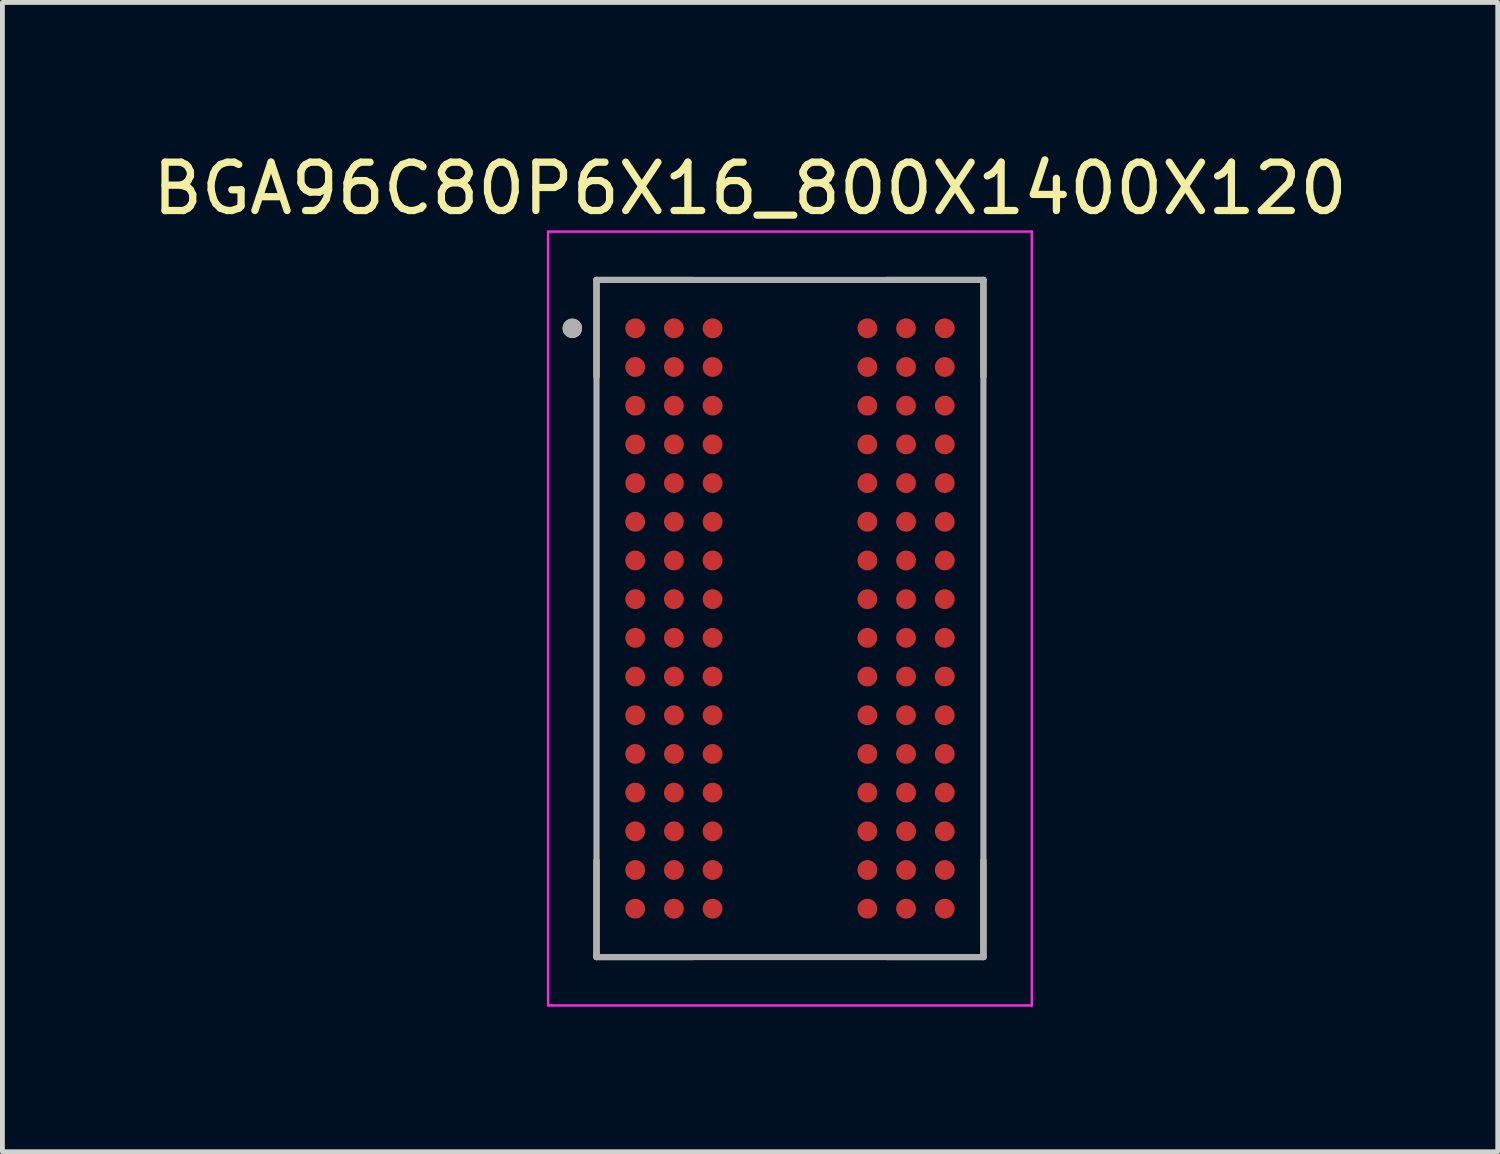
<source format=kicad_pcb>
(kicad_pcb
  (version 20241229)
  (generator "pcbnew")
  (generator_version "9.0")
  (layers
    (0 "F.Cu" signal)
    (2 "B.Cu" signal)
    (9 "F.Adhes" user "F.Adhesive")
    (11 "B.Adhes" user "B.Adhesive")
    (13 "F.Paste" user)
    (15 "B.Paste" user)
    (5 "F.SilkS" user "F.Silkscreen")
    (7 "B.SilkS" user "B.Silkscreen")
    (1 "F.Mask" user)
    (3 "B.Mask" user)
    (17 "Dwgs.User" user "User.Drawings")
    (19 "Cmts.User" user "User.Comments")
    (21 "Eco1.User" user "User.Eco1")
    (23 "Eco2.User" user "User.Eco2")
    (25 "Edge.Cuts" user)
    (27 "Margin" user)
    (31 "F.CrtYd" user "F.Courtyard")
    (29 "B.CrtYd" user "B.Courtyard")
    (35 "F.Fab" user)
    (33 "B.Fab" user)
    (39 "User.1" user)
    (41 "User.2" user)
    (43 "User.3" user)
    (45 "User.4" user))
  (footprint "BGA96C80P6X16_800X1400X120"
    (layer "F.Cu")
    (at 13.283 9.738)
    (property "Reference" "BGA96C80P6X16_800X1400X120" (at -0.825 -8.89 0) (layer "F.SilkS") (effects (font (size 1 1) (thickness 0.15))))
    (attr smd)
    (fp_line (start -4 -7) (end -2 -7) (stroke (width 0.127) (type solid)) (layer "F.SilkS"))
    (fp_line (start -4 -5) (end -4 -7) (stroke (width 0.127) (type solid)) (layer "F.SilkS"))
    (fp_line (start -4 5) (end -4 7) (stroke (width 0.127) (type solid)) (layer "F.SilkS"))
    (fp_line (start -4 7) (end -2 7) (stroke (width 0.127) (type solid)) (layer "F.SilkS"))
    (fp_line (start 2 -7) (end 4 -7) (stroke (width 0.127) (type solid)) (layer "F.SilkS"))
    (fp_line (start 2 7) (end 4 7) (stroke (width 0.127) (type solid)) (layer "F.SilkS"))
    (fp_line (start 4 -7) (end 4 -5) (stroke (width 0.127) (type solid)) (layer "F.SilkS"))
    (fp_line (start 4 7) (end 4 5) (stroke (width 0.127) (type solid)) (layer "F.SilkS"))
    (fp_circle (center -4.5 -6) (end -4.4 -6) (stroke (width 0.2) (type solid)) (fill no) (layer "F.SilkS"))
    (fp_line (start -5 -8) (end 5 -8) (stroke (width 0.05) (type solid)) (layer "F.CrtYd"))
    (fp_line (start -5 8) (end -5 -8) (stroke (width 0.05) (type solid)) (layer "F.CrtYd"))
    (fp_line (start 5 -8) (end 5 8) (stroke (width 0.05) (type solid)) (layer "F.CrtYd"))
    (fp_line (start 5 8) (end -5 8) (stroke (width 0.05) (type solid)) (layer "F.CrtYd"))
    (fp_line (start -4 -7) (end -4 7) (stroke (width 0.127) (type solid)) (layer "F.Fab"))
    (fp_line (start -4 -7) (end 4 -7) (stroke (width 0.127) (type solid)) (layer "F.Fab"))
    (fp_line (start -4 7) (end 4 7) (stroke (width 0.127) (type solid)) (layer "F.Fab"))
    (fp_line (start 4 -7) (end 4 7) (stroke (width 0.127) (type solid)) (layer "F.Fab"))
    (fp_circle (center -4.5 -6) (end -4.4 -6) (stroke (width 0.2) (type solid)) (fill no) (layer "F.Fab"))
    (pad "A1" smd circle (at -3.2 -6) (size 0.41 0.41) (layers "F.Cu" "F.Mask" "F.Paste"))
    (pad "A2" smd circle (at -2.4 -6) (size 0.41 0.41) (layers "F.Cu" "F.Mask" "F.Paste"))
    (pad "A3" smd circle (at -1.6 -6) (size 0.41 0.41) (layers "F.Cu" "F.Mask" "F.Paste"))
    (pad "A7" smd circle (at 1.6 -6) (size 0.41 0.41) (layers "F.Cu" "F.Mask" "F.Paste"))
    (pad "A8" smd circle (at 2.4 -6) (size 0.41 0.41) (layers "F.Cu" "F.Mask" "F.Paste"))
    (pad "A9" smd circle (at 3.2 -6) (size 0.41 0.41) (layers "F.Cu" "F.Mask" "F.Paste"))
    (pad "B1" smd circle (at -3.2 -5.2) (size 0.41 0.41) (layers "F.Cu" "F.Mask" "F.Paste"))
    (pad "B2" smd circle (at -2.4 -5.2) (size 0.41 0.41) (layers "F.Cu" "F.Mask" "F.Paste"))
    (pad "B3" smd circle (at -1.6 -5.2) (size 0.41 0.41) (layers "F.Cu" "F.Mask" "F.Paste"))
    (pad "B7" smd circle (at 1.6 -5.2) (size 0.41 0.41) (layers "F.Cu" "F.Mask" "F.Paste"))
    (pad "B8" smd circle (at 2.4 -5.2) (size 0.41 0.41) (layers "F.Cu" "F.Mask" "F.Paste"))
    (pad "B9" smd circle (at 3.2 -5.2) (size 0.41 0.41) (layers "F.Cu" "F.Mask" "F.Paste"))
    (pad "C1" smd circle (at -3.2 -4.4) (size 0.41 0.41) (layers "F.Cu" "F.Mask" "F.Paste"))
    (pad "C2" smd circle (at -2.4 -4.4) (size 0.41 0.41) (layers "F.Cu" "F.Mask" "F.Paste"))
    (pad "C3" smd circle (at -1.6 -4.4) (size 0.41 0.41) (layers "F.Cu" "F.Mask" "F.Paste"))
    (pad "C7" smd circle (at 1.6 -4.4) (size 0.41 0.41) (layers "F.Cu" "F.Mask" "F.Paste"))
    (pad "C8" smd circle (at 2.4 -4.4) (size 0.41 0.41) (layers "F.Cu" "F.Mask" "F.Paste"))
    (pad "C9" smd circle (at 3.2 -4.4) (size 0.41 0.41) (layers "F.Cu" "F.Mask" "F.Paste"))
    (pad "D1" smd circle (at -3.2 -3.6) (size 0.41 0.41) (layers "F.Cu" "F.Mask" "F.Paste"))
    (pad "D2" smd circle (at -2.4 -3.6) (size 0.41 0.41) (layers "F.Cu" "F.Mask" "F.Paste"))
    (pad "D3" smd circle (at -1.6 -3.6) (size 0.41 0.41) (layers "F.Cu" "F.Mask" "F.Paste"))
    (pad "D7" smd circle (at 1.6 -3.6) (size 0.41 0.41) (layers "F.Cu" "F.Mask" "F.Paste"))
    (pad "D8" smd circle (at 2.4 -3.6) (size 0.41 0.41) (layers "F.Cu" "F.Mask" "F.Paste"))
    (pad "D9" smd circle (at 3.2 -3.6) (size 0.41 0.41) (layers "F.Cu" "F.Mask" "F.Paste"))
    (pad "E1" smd circle (at -3.2 -2.8) (size 0.41 0.41) (layers "F.Cu" "F.Mask" "F.Paste"))
    (pad "E2" smd circle (at -2.4 -2.8) (size 0.41 0.41) (layers "F.Cu" "F.Mask" "F.Paste"))
    (pad "E3" smd circle (at -1.6 -2.8) (size 0.41 0.41) (layers "F.Cu" "F.Mask" "F.Paste"))
    (pad "E7" smd circle (at 1.6 -2.8) (size 0.41 0.41) (layers "F.Cu" "F.Mask" "F.Paste"))
    (pad "E8" smd circle (at 2.4 -2.8) (size 0.41 0.41) (layers "F.Cu" "F.Mask" "F.Paste"))
    (pad "E9" smd circle (at 3.2 -2.8) (size 0.41 0.41) (layers "F.Cu" "F.Mask" "F.Paste"))
    (pad "F1" smd circle (at -3.2 -2) (size 0.41 0.41) (layers "F.Cu" "F.Mask" "F.Paste"))
    (pad "F2" smd circle (at -2.4 -2) (size 0.41 0.41) (layers "F.Cu" "F.Mask" "F.Paste"))
    (pad "F3" smd circle (at -1.6 -2) (size 0.41 0.41) (layers "F.Cu" "F.Mask" "F.Paste"))
    (pad "F7" smd circle (at 1.6 -2) (size 0.41 0.41) (layers "F.Cu" "F.Mask" "F.Paste"))
    (pad "F8" smd circle (at 2.4 -2) (size 0.41 0.41) (layers "F.Cu" "F.Mask" "F.Paste"))
    (pad "F9" smd circle (at 3.2 -2) (size 0.41 0.41) (layers "F.Cu" "F.Mask" "F.Paste"))
    (pad "G1" smd circle (at -3.2 -1.2) (size 0.41 0.41) (layers "F.Cu" "F.Mask" "F.Paste"))
    (pad "G2" smd circle (at -2.4 -1.2) (size 0.41 0.41) (layers "F.Cu" "F.Mask" "F.Paste"))
    (pad "G3" smd circle (at -1.6 -1.2) (size 0.41 0.41) (layers "F.Cu" "F.Mask" "F.Paste"))
    (pad "G7" smd circle (at 1.6 -1.2) (size 0.41 0.41) (layers "F.Cu" "F.Mask" "F.Paste"))
    (pad "G8" smd circle (at 2.4 -1.2) (size 0.41 0.41) (layers "F.Cu" "F.Mask" "F.Paste"))
    (pad "G9" smd circle (at 3.2 -1.2) (size 0.41 0.41) (layers "F.Cu" "F.Mask" "F.Paste"))
    (pad "H1" smd circle (at -3.2 -0.4) (size 0.41 0.41) (layers "F.Cu" "F.Mask" "F.Paste"))
    (pad "H2" smd circle (at -2.4 -0.4) (size 0.41 0.41) (layers "F.Cu" "F.Mask" "F.Paste"))
    (pad "H3" smd circle (at -1.6 -0.4) (size 0.41 0.41) (layers "F.Cu" "F.Mask" "F.Paste"))
    (pad "H7" smd circle (at 1.6 -0.4) (size 0.41 0.41) (layers "F.Cu" "F.Mask" "F.Paste"))
    (pad "H8" smd circle (at 2.4 -0.4) (size 0.41 0.41) (layers "F.Cu" "F.Mask" "F.Paste"))
    (pad "H9" smd circle (at 3.2 -0.4) (size 0.41 0.41) (layers "F.Cu" "F.Mask" "F.Paste"))
    (pad "J1" smd circle (at -3.2 0.4) (size 0.41 0.41) (layers "F.Cu" "F.Mask" "F.Paste"))
    (pad "J2" smd circle (at -2.4 0.4) (size 0.41 0.41) (layers "F.Cu" "F.Mask" "F.Paste"))
    (pad "J3" smd circle (at -1.6 0.4) (size 0.41 0.41) (layers "F.Cu" "F.Mask" "F.Paste"))
    (pad "J7" smd circle (at 1.6 0.4) (size 0.41 0.41) (layers "F.Cu" "F.Mask" "F.Paste"))
    (pad "J8" smd circle (at 2.4 0.4) (size 0.41 0.41) (layers "F.Cu" "F.Mask" "F.Paste"))
    (pad "J9" smd circle (at 3.2 0.4) (size 0.41 0.41) (layers "F.Cu" "F.Mask" "F.Paste"))
    (pad "K1" smd circle (at -3.2 1.2) (size 0.41 0.41) (layers "F.Cu" "F.Mask" "F.Paste"))
    (pad "K2" smd circle (at -2.4 1.2) (size 0.41 0.41) (layers "F.Cu" "F.Mask" "F.Paste"))
    (pad "K3" smd circle (at -1.6 1.2) (size 0.41 0.41) (layers "F.Cu" "F.Mask" "F.Paste"))
    (pad "K7" smd circle (at 1.6 1.2) (size 0.41 0.41) (layers "F.Cu" "F.Mask" "F.Paste"))
    (pad "K8" smd circle (at 2.4 1.2) (size 0.41 0.41) (layers "F.Cu" "F.Mask" "F.Paste"))
    (pad "K9" smd circle (at 3.2 1.2) (size 0.41 0.41) (layers "F.Cu" "F.Mask" "F.Paste"))
    (pad "L1" smd circle (at -3.2 2) (size 0.41 0.41) (layers "F.Cu" "F.Mask" "F.Paste"))
    (pad "L2" smd circle (at -2.4 2) (size 0.41 0.41) (layers "F.Cu" "F.Mask" "F.Paste"))
    (pad "L3" smd circle (at -1.6 2) (size 0.41 0.41) (layers "F.Cu" "F.Mask" "F.Paste"))
    (pad "L7" smd circle (at 1.6 2) (size 0.41 0.41) (layers "F.Cu" "F.Mask" "F.Paste"))
    (pad "L8" smd circle (at 2.4 2) (size 0.41 0.41) (layers "F.Cu" "F.Mask" "F.Paste"))
    (pad "L9" smd circle (at 3.2 2) (size 0.41 0.41) (layers "F.Cu" "F.Mask" "F.Paste"))
    (pad "M1" smd circle (at -3.2 2.8) (size 0.41 0.41) (layers "F.Cu" "F.Mask" "F.Paste"))
    (pad "M2" smd circle (at -2.4 2.8) (size 0.41 0.41) (layers "F.Cu" "F.Mask" "F.Paste"))
    (pad "M3" smd circle (at -1.6 2.8) (size 0.41 0.41) (layers "F.Cu" "F.Mask" "F.Paste"))
    (pad "M7" smd circle (at 1.6 2.8) (size 0.41 0.41) (layers "F.Cu" "F.Mask" "F.Paste"))
    (pad "M8" smd circle (at 2.4 2.8) (size 0.41 0.41) (layers "F.Cu" "F.Mask" "F.Paste"))
    (pad "M9" smd circle (at 3.2 2.8) (size 0.41 0.41) (layers "F.Cu" "F.Mask" "F.Paste"))
    (pad "N1" smd circle (at -3.2 3.6) (size 0.41 0.41) (layers "F.Cu" "F.Mask" "F.Paste"))
    (pad "N2" smd circle (at -2.4 3.6) (size 0.41 0.41) (layers "F.Cu" "F.Mask" "F.Paste"))
    (pad "N3" smd circle (at -1.6 3.6) (size 0.41 0.41) (layers "F.Cu" "F.Mask" "F.Paste"))
    (pad "N7" smd circle (at 1.6 3.6) (size 0.41 0.41) (layers "F.Cu" "F.Mask" "F.Paste"))
    (pad "N8" smd circle (at 2.4 3.6) (size 0.41 0.41) (layers "F.Cu" "F.Mask" "F.Paste"))
    (pad "N9" smd circle (at 3.2 3.6) (size 0.41 0.41) (layers "F.Cu" "F.Mask" "F.Paste"))
    (pad "P1" smd circle (at -3.2 4.4) (size 0.41 0.41) (layers "F.Cu" "F.Mask" "F.Paste"))
    (pad "P2" smd circle (at -2.4 4.4) (size 0.41 0.41) (layers "F.Cu" "F.Mask" "F.Paste"))
    (pad "P3" smd circle (at -1.6 4.4) (size 0.41 0.41) (layers "F.Cu" "F.Mask" "F.Paste"))
    (pad "P7" smd circle (at 1.6 4.4) (size 0.41 0.41) (layers "F.Cu" "F.Mask" "F.Paste"))
    (pad "P8" smd circle (at 2.4 4.4) (size 0.41 0.41) (layers "F.Cu" "F.Mask" "F.Paste"))
    (pad "P9" smd circle (at 3.2 4.4) (size 0.41 0.41) (layers "F.Cu" "F.Mask" "F.Paste"))
    (pad "R1" smd circle (at -3.2 5.2) (size 0.41 0.41) (layers "F.Cu" "F.Mask" "F.Paste"))
    (pad "R2" smd circle (at -2.4 5.2) (size 0.41 0.41) (layers "F.Cu" "F.Mask" "F.Paste"))
    (pad "R3" smd circle (at -1.6 5.2) (size 0.41 0.41) (layers "F.Cu" "F.Mask" "F.Paste"))
    (pad "R7" smd circle (at 1.6 5.2) (size 0.41 0.41) (layers "F.Cu" "F.Mask" "F.Paste"))
    (pad "R8" smd circle (at 2.4 5.2) (size 0.41 0.41) (layers "F.Cu" "F.Mask" "F.Paste"))
    (pad "R9" smd circle (at 3.2 5.2) (size 0.41 0.41) (layers "F.Cu" "F.Mask" "F.Paste"))
    (pad "T1" smd circle (at -3.2 6) (size 0.41 0.41) (layers "F.Cu" "F.Mask" "F.Paste"))
    (pad "T2" smd circle (at -2.4 6) (size 0.41 0.41) (layers "F.Cu" "F.Mask" "F.Paste"))
    (pad "T3" smd circle (at -1.6 6) (size 0.41 0.41) (layers "F.Cu" "F.Mask" "F.Paste"))
    (pad "T7" smd circle (at 1.6 6) (size 0.41 0.41) (layers "F.Cu" "F.Mask" "F.Paste"))
    (pad "T8" smd circle (at 2.4 6) (size 0.41 0.41) (layers "F.Cu" "F.Mask" "F.Paste"))
    (pad "T9" smd circle (at 3.2 6) (size 0.41 0.41) (layers "F.Cu" "F.Mask" "F.Paste"))
    (zone (net_name "") (layer "F.Cu") (hatch full 0.508) (connect_pads) (min_thickness 0.01) (filled_areas_thickness no) (keepout (tracks not_allowed) (vias not_allowed) (pads not_allowed) (copperpour not_allowed) (footprints allowed)) (placement (enabled no)) (fill) (polygon (pts (xy 12.383 2.738) (xy 14.183 2.738) (xy 14.183 16.738) (xy 12.383 16.738))))
    (zone (net_name "") (layers "F.Cu" "B.Cu") (hatch full 0.508) (connect_pads) (min_thickness 0.01) (filled_areas_thickness no) (keepout (tracks allowed) (vias not_allowed) (pads allowed) (copperpour allowed) (footprints allowed)) (placement (enabled no)) (fill) (polygon (pts (xy 12.383 2.738) (xy 14.183 2.738) (xy 14.183 16.738) (xy 12.383 16.738)))))
  (gr_rect
    (start -3 -3)
    (end 27.917 20.763)
    (stroke (width 0.1) (type default))
    (fill no)
    (layer "Edge.Cuts")))
</source>
